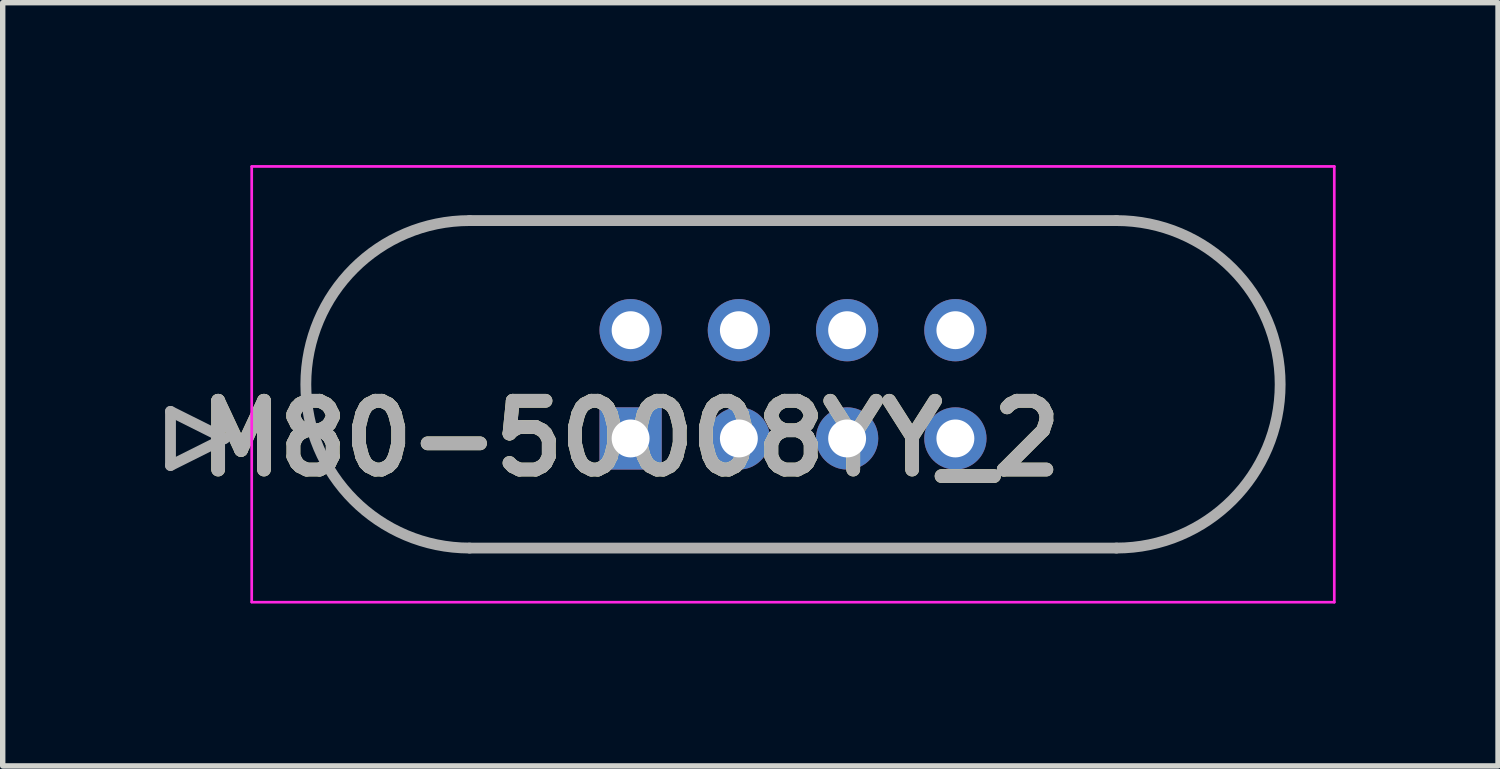
<source format=kicad_pcb>
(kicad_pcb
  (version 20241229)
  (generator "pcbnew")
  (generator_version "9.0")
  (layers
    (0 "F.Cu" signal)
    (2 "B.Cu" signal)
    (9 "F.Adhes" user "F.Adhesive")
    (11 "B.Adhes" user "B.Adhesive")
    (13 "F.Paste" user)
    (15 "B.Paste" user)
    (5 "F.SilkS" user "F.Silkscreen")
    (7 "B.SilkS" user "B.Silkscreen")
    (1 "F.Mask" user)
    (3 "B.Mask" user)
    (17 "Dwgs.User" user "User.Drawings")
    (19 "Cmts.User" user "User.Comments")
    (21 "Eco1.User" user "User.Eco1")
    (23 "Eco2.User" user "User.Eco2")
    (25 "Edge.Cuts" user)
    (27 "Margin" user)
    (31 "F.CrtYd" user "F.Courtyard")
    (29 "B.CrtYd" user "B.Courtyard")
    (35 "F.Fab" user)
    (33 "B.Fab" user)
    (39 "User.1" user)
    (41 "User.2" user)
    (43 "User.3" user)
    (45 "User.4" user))
  (footprint "M80-50008YY_2"
    (layer "F.Cu")
    (at 8.6 5.05)
    (property "Reference" "M80-50008YY_2" (at 0 0 0) (layer "F.SilkS") (effects (font (size 1.27 1.27) (thickness 0.254))))
    (attr through_hole)
    (fp_line (start -8.5 -0.5) (end -7.5 0) (stroke (width 0.1) (type solid)) (layer "F.SilkS"))
    (fp_line (start -8.5 0.5) (end -8.5 -0.5) (stroke (width 0.1) (type solid)) (layer "F.SilkS"))
    (fp_line (start -7.5 0) (end -8.5 0.5) (stroke (width 0.1) (type solid)) (layer "F.SilkS"))
    (fp_line (start -2.975 -4.025) (end 8.975 -4.025) (stroke (width 0.1) (type solid)) (layer "F.SilkS"))
    (fp_line (start 8.975 2.025) (end -2.975 2.025) (stroke (width 0.1) (type solid)) (layer "F.SilkS"))
    (fp_arc (start -2.975 2.025) (mid -6 -1) (end -2.975 -4.025) (stroke (width 0.1) (type solid)) (layer "F.SilkS"))
    (fp_arc (start 8.975 -4.025) (mid 12 -1) (end 8.975 2.025) (stroke (width 0.1) (type solid)) (layer "F.SilkS"))
    (fp_line (start -7 -5.025) (end 13 -5.025) (stroke (width 0.05) (type solid)) (layer "F.CrtYd"))
    (fp_line (start -7 3.02) (end -7 -5.02) (stroke (width 0.05) (type solid)) (layer "F.CrtYd"))
    (fp_line (start 13 -5.025) (end 13 3.025) (stroke (width 0.05) (type solid)) (layer "F.CrtYd"))
    (fp_line (start 13 3.025) (end -7 3.025) (stroke (width 0.05) (type solid)) (layer "F.CrtYd"))
    (fp_line (start -8.5 -0.5) (end -7.5 0) (stroke (width 0.2) (type solid)) (layer "F.Fab"))
    (fp_line (start -8.5 0.5) (end -8.5 -0.5) (stroke (width 0.2) (type solid)) (layer "F.Fab"))
    (fp_line (start -7.5 0) (end -8.5 0.5) (stroke (width 0.2) (type solid)) (layer "F.Fab"))
    (fp_line (start -2.975 -4.025) (end 8.975 -4.025) (stroke (width 0.2) (type solid)) (layer "F.Fab"))
    (fp_line (start 8.975 2.025) (end -2.975 2.025) (stroke (width 0.2) (type solid)) (layer "F.Fab"))
    (fp_arc (start -2.975 2.025) (mid -6 -1) (end -2.975 -4.025) (stroke (width 0.2) (type solid)) (layer "F.Fab"))
    (fp_arc (start 8.975 -4.025) (mid 12 -1) (end 8.975 2.025) (stroke (width 0.2) (type solid)) (layer "F.Fab"))
    (fp_text user "${REFERENCE}" (at 0 0 0) (layer "F.Fab") (effects (font (size 1.27 1.27) (thickness 0.254))))
    (pad "1" thru_hole rect (at 0 0) (size 1.15 1.15) (drill 0.7) (layers "*.Cu" "*.Mask"))
    (pad "2" thru_hole circle (at 2 0) (size 1.15 1.15) (drill 0.7) (layers "*.Cu" "*.Mask"))
    (pad "3" thru_hole circle (at 4 0) (size 1.15 1.15) (drill 0.7) (layers "*.Cu" "*.Mask"))
    (pad "4" thru_hole circle (at 6 0) (size 1.15 1.15) (drill 0.7) (layers "*.Cu" "*.Mask"))
    (pad "5" thru_hole circle (at 0 -2) (size 1.15 1.15) (drill 0.7) (layers "*.Cu" "*.Mask"))
    (pad "6" thru_hole circle (at 2 -2) (size 1.15 1.15) (drill 0.7) (layers "*.Cu" "*.Mask"))
    (pad "7" thru_hole circle (at 4 -2) (size 1.15 1.15) (drill 0.7) (layers "*.Cu" "*.Mask"))
    (pad "8" thru_hole circle (at 6 -2) (size 1.15 1.15) (drill 0.7) (layers "*.Cu" "*.Mask")))
  (gr_rect
    (start -3 -3)
    (end 24.625 11.1)
    (stroke (width 0.1) (type default))
    (fill no)
    (layer "Edge.Cuts")))
</source>
